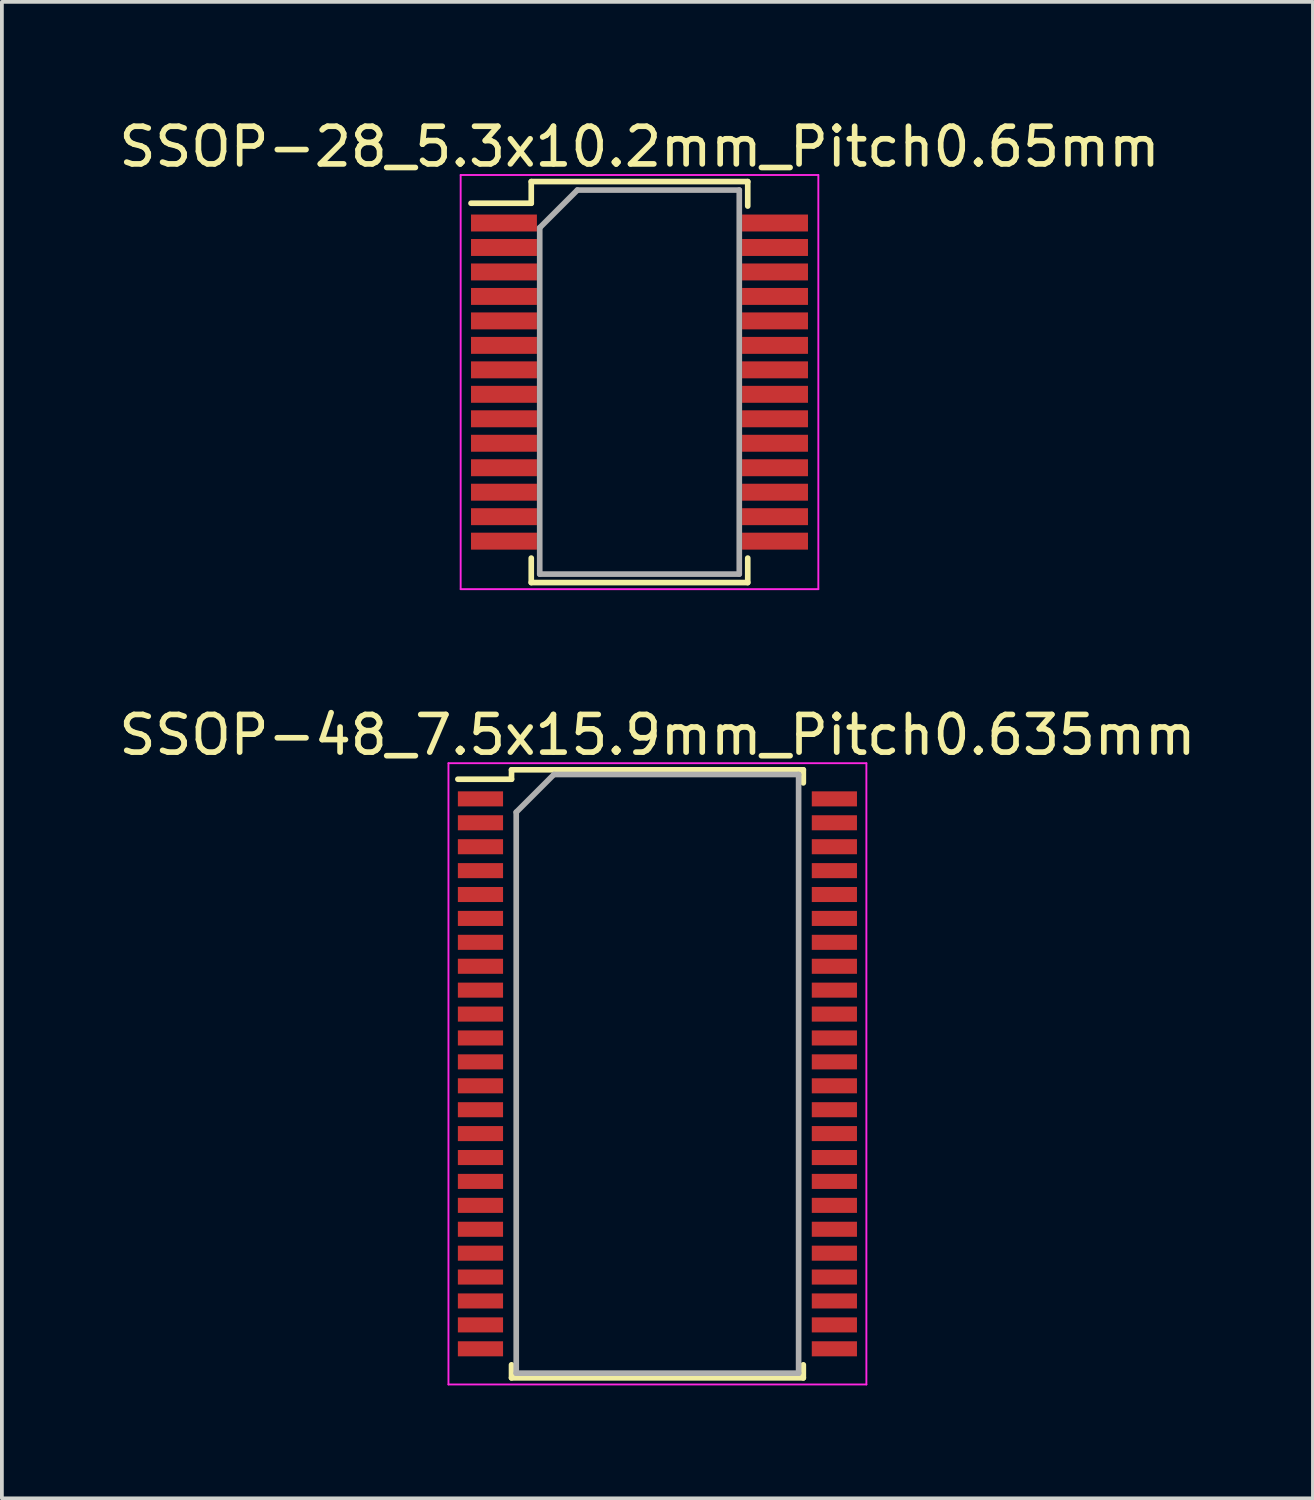
<source format=kicad_pcb>
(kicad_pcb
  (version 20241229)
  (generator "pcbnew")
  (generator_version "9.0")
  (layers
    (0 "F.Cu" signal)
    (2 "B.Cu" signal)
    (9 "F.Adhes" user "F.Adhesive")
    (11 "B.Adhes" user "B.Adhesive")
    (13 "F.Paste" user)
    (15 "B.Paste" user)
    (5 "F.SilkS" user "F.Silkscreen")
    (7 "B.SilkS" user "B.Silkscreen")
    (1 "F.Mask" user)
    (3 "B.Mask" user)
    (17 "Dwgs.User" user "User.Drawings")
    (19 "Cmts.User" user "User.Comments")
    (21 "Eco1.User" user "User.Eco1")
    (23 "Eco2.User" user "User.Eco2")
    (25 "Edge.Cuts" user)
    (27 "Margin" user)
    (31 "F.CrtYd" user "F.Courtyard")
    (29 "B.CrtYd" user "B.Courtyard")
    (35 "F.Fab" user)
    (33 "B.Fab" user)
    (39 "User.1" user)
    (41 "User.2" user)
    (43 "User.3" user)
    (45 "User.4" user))
  (footprint "SSOP-28_5.3x10.2mm_Pitch0.65mm"
    (layer "F.Cu")
    (at 13.935 7.098)
    (property "Reference" "SSOP-28_5.3x10.2mm_Pitch0.65mm" (at 0 -6.25 0) (layer "F.SilkS") (effects (font (size 1 1) (thickness 0.15))))
    (attr smd)
    (fp_line (start -2.875 -5.325) (end -2.875 -4.75) (stroke (width 0.15) (type solid)) (layer "F.SilkS"))
    (fp_line (start -2.875 -5.325) (end 2.875 -5.325) (stroke (width 0.15) (type solid)) (layer "F.SilkS"))
    (fp_line (start -2.875 -4.75) (end -4.475 -4.75) (stroke (width 0.15) (type solid)) (layer "F.SilkS"))
    (fp_line (start -2.875 5.325) (end -2.875 4.675) (stroke (width 0.15) (type solid)) (layer "F.SilkS"))
    (fp_line (start -2.875 5.325) (end 2.875 5.325) (stroke (width 0.15) (type solid)) (layer "F.SilkS"))
    (fp_line (start 2.875 -5.325) (end 2.875 -4.675) (stroke (width 0.15) (type solid)) (layer "F.SilkS"))
    (fp_line (start 2.875 5.325) (end 2.875 4.675) (stroke (width 0.15) (type solid)) (layer "F.SilkS"))
    (fp_line (start -4.75 -5.5) (end -4.75 5.5) (stroke (width 0.05) (type solid)) (layer "F.CrtYd"))
    (fp_line (start -4.75 -5.5) (end 4.75 -5.5) (stroke (width 0.05) (type solid)) (layer "F.CrtYd"))
    (fp_line (start -4.75 5.5) (end 4.75 5.5) (stroke (width 0.05) (type solid)) (layer "F.CrtYd"))
    (fp_line (start 4.75 -5.5) (end 4.75 5.5) (stroke (width 0.05) (type solid)) (layer "F.CrtYd"))
    (fp_line (start -2.65 -4.1) (end -1.65 -5.1) (stroke (width 0.15) (type solid)) (layer "F.Fab"))
    (fp_line (start -2.65 5.1) (end -2.65 -4.1) (stroke (width 0.15) (type solid)) (layer "F.Fab"))
    (fp_line (start -1.65 -5.1) (end 2.65 -5.1) (stroke (width 0.15) (type solid)) (layer "F.Fab"))
    (fp_line (start 2.65 -5.1) (end 2.65 5.1) (stroke (width 0.15) (type solid)) (layer "F.Fab"))
    (fp_line (start 2.65 5.1) (end -2.65 5.1) (stroke (width 0.15) (type solid)) (layer "F.Fab"))
    (pad "1" smd rect (at -3.6 -4.225) (size 1.75 0.45) (layers "F.Cu" "F.Mask" "F.Paste"))
    (pad "2" smd rect (at -3.6 -3.575) (size 1.75 0.45) (layers "F.Cu" "F.Mask" "F.Paste"))
    (pad "3" smd rect (at -3.6 -2.925) (size 1.75 0.45) (layers "F.Cu" "F.Mask" "F.Paste"))
    (pad "4" smd rect (at -3.6 -2.275) (size 1.75 0.45) (layers "F.Cu" "F.Mask" "F.Paste"))
    (pad "5" smd rect (at -3.6 -1.625) (size 1.75 0.45) (layers "F.Cu" "F.Mask" "F.Paste"))
    (pad "6" smd rect (at -3.6 -0.975) (size 1.75 0.45) (layers "F.Cu" "F.Mask" "F.Paste"))
    (pad "7" smd rect (at -3.6 -0.325) (size 1.75 0.45) (layers "F.Cu" "F.Mask" "F.Paste"))
    (pad "8" smd rect (at -3.6 0.325) (size 1.75 0.45) (layers "F.Cu" "F.Mask" "F.Paste"))
    (pad "9" smd rect (at -3.6 0.975) (size 1.75 0.45) (layers "F.Cu" "F.Mask" "F.Paste"))
    (pad "10" smd rect (at -3.6 1.625) (size 1.75 0.45) (layers "F.Cu" "F.Mask" "F.Paste"))
    (pad "11" smd rect (at -3.6 2.275) (size 1.75 0.45) (layers "F.Cu" "F.Mask" "F.Paste"))
    (pad "12" smd rect (at -3.6 2.925) (size 1.75 0.45) (layers "F.Cu" "F.Mask" "F.Paste"))
    (pad "13" smd rect (at -3.6 3.575) (size 1.75 0.45) (layers "F.Cu" "F.Mask" "F.Paste"))
    (pad "14" smd rect (at -3.6 4.225) (size 1.75 0.45) (layers "F.Cu" "F.Mask" "F.Paste"))
    (pad "15" smd rect (at 3.6 4.225) (size 1.75 0.45) (layers "F.Cu" "F.Mask" "F.Paste"))
    (pad "16" smd rect (at 3.6 3.575) (size 1.75 0.45) (layers "F.Cu" "F.Mask" "F.Paste"))
    (pad "17" smd rect (at 3.6 2.925) (size 1.75 0.45) (layers "F.Cu" "F.Mask" "F.Paste"))
    (pad "18" smd rect (at 3.6 2.275) (size 1.75 0.45) (layers "F.Cu" "F.Mask" "F.Paste"))
    (pad "19" smd rect (at 3.6 1.625) (size 1.75 0.45) (layers "F.Cu" "F.Mask" "F.Paste"))
    (pad "20" smd rect (at 3.6 0.975) (size 1.75 0.45) (layers "F.Cu" "F.Mask" "F.Paste"))
    (pad "21" smd rect (at 3.6 0.325) (size 1.75 0.45) (layers "F.Cu" "F.Mask" "F.Paste"))
    (pad "22" smd rect (at 3.6 -0.325) (size 1.75 0.45) (layers "F.Cu" "F.Mask" "F.Paste"))
    (pad "23" smd rect (at 3.6 -0.975) (size 1.75 0.45) (layers "F.Cu" "F.Mask" "F.Paste"))
    (pad "24" smd rect (at 3.6 -1.625) (size 1.75 0.45) (layers "F.Cu" "F.Mask" "F.Paste"))
    (pad "25" smd rect (at 3.6 -2.275) (size 1.75 0.45) (layers "F.Cu" "F.Mask" "F.Paste"))
    (pad "26" smd rect (at 3.6 -2.925) (size 1.75 0.45) (layers "F.Cu" "F.Mask" "F.Paste"))
    (pad "27" smd rect (at 3.6 -3.575) (size 1.75 0.45) (layers "F.Cu" "F.Mask" "F.Paste"))
    (pad "28" smd rect (at 3.6 -4.225) (size 1.75 0.45) (layers "F.Cu" "F.Mask" "F.Paste")))
  (footprint "SSOP-48_7.5x15.9mm_Pitch0.635mm"
    (layer "F.Cu")
    (at 14.411 25.471)
    (property "Reference" "SSOP-48_7.5x15.9mm_Pitch0.635mm" (at 0 -9 0) (layer "F.SilkS") (effects (font (size 1 1) (thickness 0.15))))
    (attr smd)
    (fp_line (start -3.875 -8.075) (end -3.875 -7.825) (stroke (width 0.15) (type solid)) (layer "F.SilkS"))
    (fp_line (start -3.875 -8.075) (end 3.875 -8.075) (stroke (width 0.15) (type solid)) (layer "F.SilkS"))
    (fp_line (start -3.875 -7.825) (end -5.3 -7.825) (stroke (width 0.15) (type solid)) (layer "F.SilkS"))
    (fp_line (start -3.875 8.075) (end -3.875 7.728) (stroke (width 0.15) (type solid)) (layer "F.SilkS"))
    (fp_line (start -3.875 8.075) (end 3.875 8.075) (stroke (width 0.15) (type solid)) (layer "F.SilkS"))
    (fp_line (start 3.875 -8.075) (end 3.875 -7.728) (stroke (width 0.15) (type solid)) (layer "F.SilkS"))
    (fp_line (start 3.875 8.075) (end 3.875 7.728) (stroke (width 0.15) (type solid)) (layer "F.SilkS"))
    (fp_line (start -5.55 -8.25) (end -5.55 8.25) (stroke (width 0.05) (type solid)) (layer "F.CrtYd"))
    (fp_line (start -5.55 -8.25) (end 5.55 -8.25) (stroke (width 0.05) (type solid)) (layer "F.CrtYd"))
    (fp_line (start -5.55 8.25) (end 5.55 8.25) (stroke (width 0.05) (type solid)) (layer "F.CrtYd"))
    (fp_line (start 5.55 -8.25) (end 5.55 8.25) (stroke (width 0.05) (type solid)) (layer "F.CrtYd"))
    (fp_line (start -3.75 -6.95) (end -2.75 -7.95) (stroke (width 0.15) (type solid)) (layer "F.Fab"))
    (fp_line (start -3.75 7.95) (end -3.75 -6.95) (stroke (width 0.15) (type solid)) (layer "F.Fab"))
    (fp_line (start -2.75 -7.95) (end 3.75 -7.95) (stroke (width 0.15) (type solid)) (layer "F.Fab"))
    (fp_line (start 3.75 -7.95) (end 3.75 7.95) (stroke (width 0.15) (type solid)) (layer "F.Fab"))
    (fp_line (start 3.75 7.95) (end -3.75 7.95) (stroke (width 0.15) (type solid)) (layer "F.Fab"))
    (pad "1" smd rect (at -4.7 -7.303) (size 1.2 0.4) (layers "F.Cu" "F.Mask" "F.Paste"))
    (pad "2" smd rect (at -4.7 -6.668) (size 1.2 0.4) (layers "F.Cu" "F.Mask" "F.Paste"))
    (pad "3" smd rect (at -4.7 -6.032) (size 1.2 0.4) (layers "F.Cu" "F.Mask" "F.Paste"))
    (pad "4" smd rect (at -4.7 -5.397) (size 1.2 0.4) (layers "F.Cu" "F.Mask" "F.Paste"))
    (pad "5" smd rect (at -4.7 -4.763) (size 1.2 0.4) (layers "F.Cu" "F.Mask" "F.Paste"))
    (pad "6" smd rect (at -4.7 -4.128) (size 1.2 0.4) (layers "F.Cu" "F.Mask" "F.Paste"))
    (pad "7" smd rect (at -4.7 -3.493) (size 1.2 0.4) (layers "F.Cu" "F.Mask" "F.Paste"))
    (pad "8" smd rect (at -4.7 -2.857) (size 1.2 0.4) (layers "F.Cu" "F.Mask" "F.Paste"))
    (pad "9" smd rect (at -4.7 -2.223) (size 1.2 0.4) (layers "F.Cu" "F.Mask" "F.Paste"))
    (pad "10" smd rect (at -4.7 -1.587) (size 1.2 0.4) (layers "F.Cu" "F.Mask" "F.Paste"))
    (pad "11" smd rect (at -4.7 -0.953) (size 1.2 0.4) (layers "F.Cu" "F.Mask" "F.Paste"))
    (pad "12" smd rect (at -4.7 -0.318) (size 1.2 0.4) (layers "F.Cu" "F.Mask" "F.Paste"))
    (pad "13" smd rect (at -4.7 0.318) (size 1.2 0.4) (layers "F.Cu" "F.Mask" "F.Paste"))
    (pad "14" smd rect (at -4.7 0.953) (size 1.2 0.4) (layers "F.Cu" "F.Mask" "F.Paste"))
    (pad "15" smd rect (at -4.7 1.587) (size 1.2 0.4) (layers "F.Cu" "F.Mask" "F.Paste"))
    (pad "16" smd rect (at -4.7 2.223) (size 1.2 0.4) (layers "F.Cu" "F.Mask" "F.Paste"))
    (pad "17" smd rect (at -4.7 2.857) (size 1.2 0.4) (layers "F.Cu" "F.Mask" "F.Paste"))
    (pad "18" smd rect (at -4.7 3.493) (size 1.2 0.4) (layers "F.Cu" "F.Mask" "F.Paste"))
    (pad "19" smd rect (at -4.7 4.128) (size 1.2 0.4) (layers "F.Cu" "F.Mask" "F.Paste"))
    (pad "20" smd rect (at -4.7 4.763) (size 1.2 0.4) (layers "F.Cu" "F.Mask" "F.Paste"))
    (pad "21" smd rect (at -4.7 5.397) (size 1.2 0.4) (layers "F.Cu" "F.Mask" "F.Paste"))
    (pad "22" smd rect (at -4.7 6.032) (size 1.2 0.4) (layers "F.Cu" "F.Mask" "F.Paste"))
    (pad "23" smd rect (at -4.7 6.668) (size 1.2 0.4) (layers "F.Cu" "F.Mask" "F.Paste"))
    (pad "24" smd rect (at -4.7 7.303) (size 1.2 0.4) (layers "F.Cu" "F.Mask" "F.Paste"))
    (pad "25" smd rect (at 4.7 7.303) (size 1.2 0.4) (layers "F.Cu" "F.Mask" "F.Paste"))
    (pad "26" smd rect (at 4.7 6.668) (size 1.2 0.4) (layers "F.Cu" "F.Mask" "F.Paste"))
    (pad "27" smd rect (at 4.7 6.032) (size 1.2 0.4) (layers "F.Cu" "F.Mask" "F.Paste"))
    (pad "28" smd rect (at 4.7 5.397) (size 1.2 0.4) (layers "F.Cu" "F.Mask" "F.Paste"))
    (pad "29" smd rect (at 4.7 4.763) (size 1.2 0.4) (layers "F.Cu" "F.Mask" "F.Paste"))
    (pad "30" smd rect (at 4.7 4.128) (size 1.2 0.4) (layers "F.Cu" "F.Mask" "F.Paste"))
    (pad "31" smd rect (at 4.7 3.493) (size 1.2 0.4) (layers "F.Cu" "F.Mask" "F.Paste"))
    (pad "32" smd rect (at 4.7 2.857) (size 1.2 0.4) (layers "F.Cu" "F.Mask" "F.Paste"))
    (pad "33" smd rect (at 4.7 2.223) (size 1.2 0.4) (layers "F.Cu" "F.Mask" "F.Paste"))
    (pad "34" smd rect (at 4.7 1.587) (size 1.2 0.4) (layers "F.Cu" "F.Mask" "F.Paste"))
    (pad "35" smd rect (at 4.7 0.953) (size 1.2 0.4) (layers "F.Cu" "F.Mask" "F.Paste"))
    (pad "36" smd rect (at 4.7 0.318) (size 1.2 0.4) (layers "F.Cu" "F.Mask" "F.Paste"))
    (pad "37" smd rect (at 4.7 -0.318) (size 1.2 0.4) (layers "F.Cu" "F.Mask" "F.Paste"))
    (pad "38" smd rect (at 4.7 -0.953) (size 1.2 0.4) (layers "F.Cu" "F.Mask" "F.Paste"))
    (pad "39" smd rect (at 4.7 -1.587) (size 1.2 0.4) (layers "F.Cu" "F.Mask" "F.Paste"))
    (pad "40" smd rect (at 4.7 -2.223) (size 1.2 0.4) (layers "F.Cu" "F.Mask" "F.Paste"))
    (pad "41" smd rect (at 4.7 -2.857) (size 1.2 0.4) (layers "F.Cu" "F.Mask" "F.Paste"))
    (pad "42" smd rect (at 4.7 -3.493) (size 1.2 0.4) (layers "F.Cu" "F.Mask" "F.Paste"))
    (pad "43" smd rect (at 4.7 -4.128) (size 1.2 0.4) (layers "F.Cu" "F.Mask" "F.Paste"))
    (pad "44" smd rect (at 4.7 -4.763) (size 1.2 0.4) (layers "F.Cu" "F.Mask" "F.Paste"))
    (pad "45" smd rect (at 4.7 -5.397) (size 1.2 0.4) (layers "F.Cu" "F.Mask" "F.Paste"))
    (pad "46" smd rect (at 4.7 -6.032) (size 1.2 0.4) (layers "F.Cu" "F.Mask" "F.Paste"))
    (pad "47" smd rect (at 4.7 -6.668) (size 1.2 0.4) (layers "F.Cu" "F.Mask" "F.Paste"))
    (pad "48" smd rect (at 4.7 -7.303) (size 1.2 0.4) (layers "F.Cu" "F.Mask" "F.Paste")))
  (gr_rect
    (start -3 -3)
    (end 31.821 36.746)
    (stroke (width 0.1) (type default))
    (fill no)
    (layer "Edge.Cuts")))
</source>
